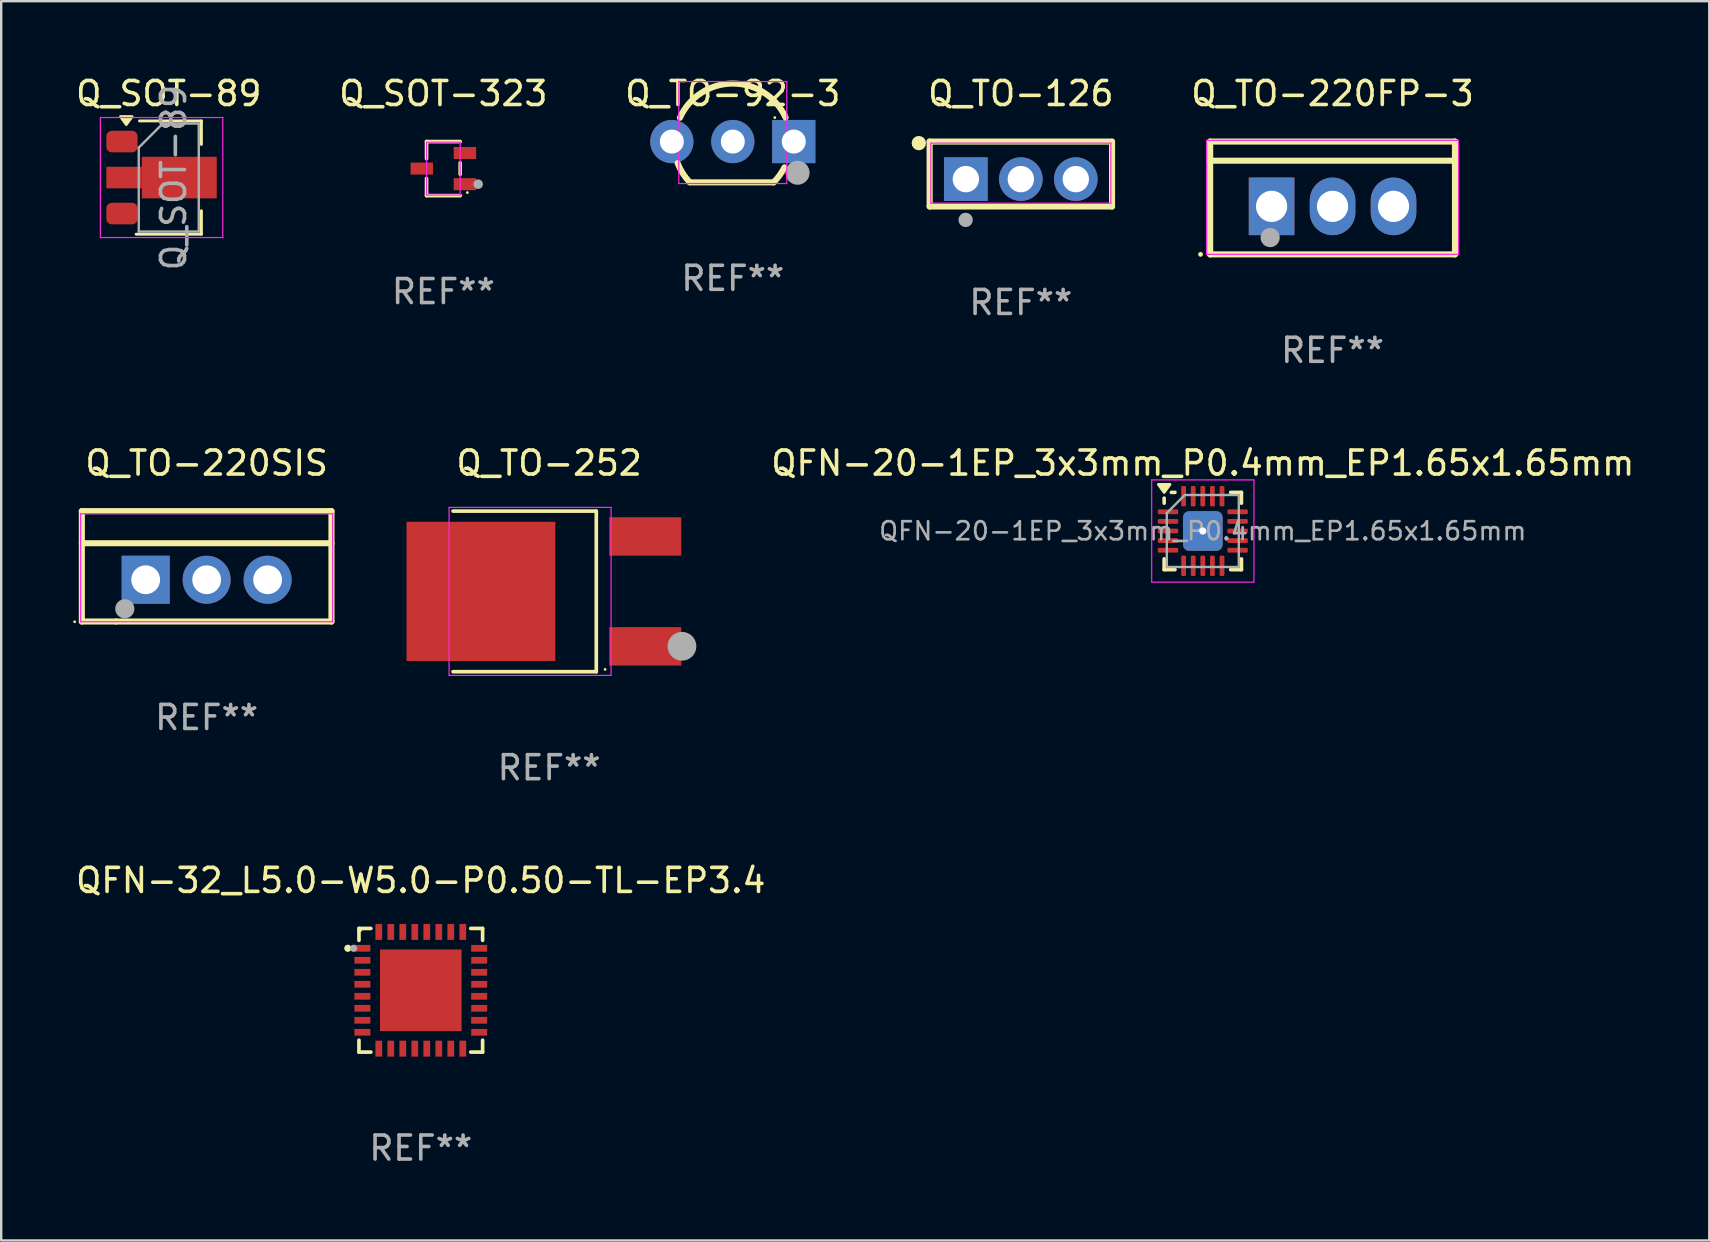
<source format=kicad_pcb>
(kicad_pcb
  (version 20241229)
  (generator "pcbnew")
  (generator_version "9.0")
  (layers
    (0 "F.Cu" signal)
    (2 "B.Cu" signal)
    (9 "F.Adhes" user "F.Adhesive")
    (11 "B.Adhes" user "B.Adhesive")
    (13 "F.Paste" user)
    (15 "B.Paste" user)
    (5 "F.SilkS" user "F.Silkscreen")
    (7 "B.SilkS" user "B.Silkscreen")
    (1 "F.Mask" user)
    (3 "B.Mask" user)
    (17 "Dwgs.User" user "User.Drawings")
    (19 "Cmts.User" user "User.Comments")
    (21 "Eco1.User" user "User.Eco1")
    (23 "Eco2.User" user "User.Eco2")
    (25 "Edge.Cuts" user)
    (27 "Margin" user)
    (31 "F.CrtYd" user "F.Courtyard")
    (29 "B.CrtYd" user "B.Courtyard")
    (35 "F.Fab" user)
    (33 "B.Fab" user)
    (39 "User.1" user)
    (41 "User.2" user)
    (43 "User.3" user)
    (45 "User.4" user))
  (footprint "Q_SOT-89"
    (layer "F.Cu")
    (at 3.982 4.348)
    (property "Reference" "Q_SOT-89" (at 0 -3.5 0) (layer "F.SilkS") (effects (font (size 1 1) (thickness 0.15))))
    (attr smd)
    (fp_line (start -1.22 -2.36) (end 1.36 -2.36) (stroke (width 0.12) (type solid)) (layer "F.SilkS"))
    (fp_line (start 1.36 -1.38) (end 1.36 -2.36) (stroke (width 0.12) (type solid)) (layer "F.SilkS"))
    (fp_line (start 1.36 1.38) (end 1.36 2.36) (stroke (width 0.12) (type solid)) (layer "F.SilkS"))
    (fp_line (start 1.36 2.36) (end -1.36 2.36) (stroke (width 0.12) (type solid)) (layer "F.SilkS"))
    (fp_poly (pts (xy -1.77 -2.21) (xy -2.01 -2.54) (xy -1.53 -2.54) (xy -1.77 -2.21)) (stroke (width 0.12) (type solid)) (fill yes) (layer "F.SilkS"))
    (fp_line (start -2.85 2.5) (end -2.85 -2.5) (stroke (width 0.05) (type solid)) (layer "F.CrtYd"))
    (fp_line (start -2.85 2.5) (end 2.25 2.5) (stroke (width 0.05) (type solid)) (layer "F.CrtYd"))
    (fp_line (start 2.25 -2.5) (end -2.85 -2.5) (stroke (width 0.05) (type solid)) (layer "F.CrtYd"))
    (fp_line (start 2.25 -2.5) (end 2.25 2.5) (stroke (width 0.05) (type solid)) (layer "F.CrtYd"))
    (fp_line (start -1.25 -1.25) (end -0.25 -2.25) (stroke (width 0.1) (type solid)) (layer "F.Fab"))
    (fp_line (start -1.25 2.25) (end -1.25 -1.25) (stroke (width 0.1) (type solid)) (layer "F.Fab"))
    (fp_line (start -0.25 -2.25) (end 1.25 -2.25) (stroke (width 0.1) (type solid)) (layer "F.Fab"))
    (fp_line (start 1.25 -2.25) (end 1.25 2.25) (stroke (width 0.1) (type solid)) (layer "F.Fab"))
    (fp_line (start 1.25 2.25) (end -1.25 2.25) (stroke (width 0.1) (type solid)) (layer "F.Fab"))
    (fp_text user "${REFERENCE}" (at 0.2 0 90) (layer "F.Fab") (effects (font (size 1 1) (thickness 0.15))))
    (pad "1" smd roundrect (at -1.95 -1.5) (size 1.3 0.9) (layers "F.Cu" "F.Mask" "F.Paste") (roundrect_rratio 0.25))
    (pad "2" smd custom (at -1.863 0) (size 1.475 0.9) (layers "F.Cu" "F.Mask" "F.Paste") (options (anchor rect)) (primitives (gr_poly (pts (xy 3.862 0.867) (xy 0.738 0.867) (xy 0.738 -0.867) (xy 3.862 -0.867)) (width 0) (fill yes))))
    (pad "3" smd roundrect (at -1.95 1.5) (size 1.3 0.9) (layers "F.Cu" "F.Mask" "F.Paste") (roundrect_rratio 0.25)))
  (footprint "Q_TO-92-3"
    (layer "F.Cu")
    (at 27.482 2.848)
    (property "Reference" "Q_TO-92-3" (at 0 -2 0) (layer "F.SilkS") (effects (font (size 1 1) (thickness 0.15))))
    (attr through_hole)
    (fp_line (start -1.781 1.7) (end 1.7 1.7) (stroke (width 0.254) (type solid)) (layer "F.SilkS"))
    (fp_arc (start -2.203759 -0.991694) (mid -0.004559 -2.416604) (end 2.2 -1) (stroke (width 0.254001) (type solid)) (layer "F.SilkS"))
    (fp_arc (start -1.798527 1.692736) (mid -2.087244 1.320394) (end -2.3 0.9) (stroke (width 0.254001) (type solid)) (layer "F.SilkS"))
    (fp_arc (start 2.150343 1.075184) (mid 1.950355 1.405743) (end 1.7 1.7) (stroke (width 0.254001) (type solid)) (layer "F.SilkS"))
    (fp_circle (center 1.75 -1) (end 1.78 -1) (stroke (width 0.06) (type solid)) (fill no) (layer "F.SilkS"))
    (fp_line (start -2.25 -2.5) (end -2.25 1.75) (stroke (width 0.05) (type default)) (layer "F.CrtYd"))
    (fp_line (start -2.25 1.75) (end 2.25 1.75) (stroke (width 0.05) (type default)) (layer "F.CrtYd"))
    (fp_line (start 2.25 -2.5) (end -2.25 -2.5) (stroke (width 0.05) (type default)) (layer "F.CrtYd"))
    (fp_line (start 2.25 1.75) (end 2.25 -2.5) (stroke (width 0.05) (type default)) (layer "F.CrtYd"))
    (fp_circle (center 2.7 1.3) (end 2.95 1.3) (stroke (width 0.5) (type solid)) (fill no) (layer "F.Fab"))
    (fp_text user "REF**" (at 0 5.7 0) (layer "F.Fab") (effects (font (size 1 1) (thickness 0.15))))
    (pad "1" thru_hole rect (at 2.54 0 270) (size 1.8 1.8) (drill 1) (layers "*.Cu" "*.Mask"))
    (pad "2" thru_hole circle (at 0 0) (size 1.8 1.8) (drill 1) (layers "*.Cu" "*.Mask"))
    (pad "3" thru_hole circle (at -2.54 0) (size 1.8 1.8) (drill 1) (layers "*.Cu" "*.Mask")))
  (footprint "QFN-32_L5.0-W5.0-P0.50-TL-EP3.4"
    (layer "F.Cu")
    (at 14.482 38.21)
    (property "Reference" "QFN-32_L5.0-W5.0-P0.50-TL-EP3.4" (at 0 -4.576 0) (layer "F.SilkS") (effects (font (size 1 1) (thickness 0.15))))
    (attr smd)
    (fp_line (start -2.576 -2.576) (end -2.576 -2.08) (stroke (width 0.152) (type solid)) (layer "F.SilkS"))
    (fp_line (start -2.576 2.576) (end -2.576 2.08) (stroke (width 0.152) (type solid)) (layer "F.SilkS"))
    (fp_line (start -2.08 -2.576) (end -2.576 -2.576) (stroke (width 0.152) (type solid)) (layer "F.SilkS"))
    (fp_line (start -2.08 2.576) (end -2.576 2.576) (stroke (width 0.152) (type solid)) (layer "F.SilkS"))
    (fp_line (start 2.08 -2.576) (end 2.576 -2.576) (stroke (width 0.152) (type solid)) (layer "F.SilkS"))
    (fp_line (start 2.08 2.576) (end 2.576 2.576) (stroke (width 0.152) (type solid)) (layer "F.SilkS"))
    (fp_line (start 2.576 -2.576) (end 2.576 -2.08) (stroke (width 0.152) (type solid)) (layer "F.SilkS"))
    (fp_line (start 2.576 2.576) (end 2.576 2.08) (stroke (width 0.152) (type solid)) (layer "F.SilkS"))
    (fp_circle (center -3.04 -1.75) (end -2.965 -1.75) (stroke (width 0.15) (type solid)) (fill no) (layer "F.SilkS"))
    (fp_circle (center -2.5 -2.5) (end -2.47 -2.5) (stroke (width 0.06) (type solid)) (fill no) (layer "F.SilkS"))
    (fp_circle (center -2.8 -1.75) (end -2.725 -1.75) (stroke (width 0.15) (type solid)) (fill no) (layer "F.Fab"))
    (fp_text user "REF**" (at 0 6.576 0) (layer "F.Fab") (effects (font (size 1 1) (thickness 0.15))))
    (pad "1" smd rect (at -2.432 -1.75) (size 0.665 0.28) (layers "F.Cu" "F.Mask" "F.Paste"))
    (pad "2" smd rect (at -2.432 -1.25) (size 0.665 0.28) (layers "F.Cu" "F.Mask" "F.Paste"))
    (pad "3" smd rect (at -2.432 -0.75) (size 0.665 0.28) (layers "F.Cu" "F.Mask" "F.Paste"))
    (pad "4" smd rect (at -2.432 -0.25) (size 0.665 0.28) (layers "F.Cu" "F.Mask" "F.Paste"))
    (pad "5" smd rect (at -2.432 0.25) (size 0.665 0.28) (layers "F.Cu" "F.Mask" "F.Paste"))
    (pad "6" smd rect (at -2.432 0.75) (size 0.665 0.28) (layers "F.Cu" "F.Mask" "F.Paste"))
    (pad "7" smd rect (at -2.432 1.25) (size 0.665 0.28) (layers "F.Cu" "F.Mask" "F.Paste"))
    (pad "8" smd rect (at -2.432 1.75) (size 0.665 0.28) (layers "F.Cu" "F.Mask" "F.Paste"))
    (pad "9" smd rect (at -1.75 2.432) (size 0.28 0.665) (layers "F.Cu" "F.Mask" "F.Paste"))
    (pad "10" smd rect (at -1.25 2.432) (size 0.28 0.665) (layers "F.Cu" "F.Mask" "F.Paste"))
    (pad "11" smd rect (at -0.75 2.432) (size 0.28 0.665) (layers "F.Cu" "F.Mask" "F.Paste"))
    (pad "12" smd rect (at -0.25 2.432) (size 0.28 0.665) (layers "F.Cu" "F.Mask" "F.Paste"))
    (pad "13" smd rect (at 0.25 2.432) (size 0.28 0.665) (layers "F.Cu" "F.Mask" "F.Paste"))
    (pad "14" smd rect (at 0.75 2.432) (size 0.28 0.665) (layers "F.Cu" "F.Mask" "F.Paste"))
    (pad "15" smd rect (at 1.25 2.432) (size 0.28 0.665) (layers "F.Cu" "F.Mask" "F.Paste"))
    (pad "16" smd rect (at 1.75 2.432) (size 0.28 0.665) (layers "F.Cu" "F.Mask" "F.Paste"))
    (pad "17" smd rect (at 2.432 1.75) (size 0.665 0.28) (layers "F.Cu" "F.Mask" "F.Paste"))
    (pad "18" smd rect (at 2.432 1.25) (size 0.665 0.28) (layers "F.Cu" "F.Mask" "F.Paste"))
    (pad "19" smd rect (at 2.432 0.75) (size 0.665 0.28) (layers "F.Cu" "F.Mask" "F.Paste"))
    (pad "20" smd rect (at 2.432 0.25) (size 0.665 0.28) (layers "F.Cu" "F.Mask" "F.Paste"))
    (pad "21" smd rect (at 2.432 -0.25) (size 0.665 0.28) (layers "F.Cu" "F.Mask" "F.Paste"))
    (pad "22" smd rect (at 2.432 -0.75) (size 0.665 0.28) (layers "F.Cu" "F.Mask" "F.Paste"))
    (pad "23" smd rect (at 2.432 -1.25) (size 0.665 0.28) (layers "F.Cu" "F.Mask" "F.Paste"))
    (pad "24" smd rect (at 2.432 -1.75) (size 0.665 0.28) (layers "F.Cu" "F.Mask" "F.Paste"))
    (pad "25" smd rect (at 1.75 -2.432) (size 0.28 0.665) (layers "F.Cu" "F.Mask" "F.Paste"))
    (pad "26" smd rect (at 1.25 -2.432) (size 0.28 0.665) (layers "F.Cu" "F.Mask" "F.Paste"))
    (pad "27" smd rect (at 0.75 -2.432) (size 0.28 0.665) (layers "F.Cu" "F.Mask" "F.Paste"))
    (pad "28" smd rect (at 0.25 -2.432) (size 0.28 0.665) (layers "F.Cu" "F.Mask" "F.Paste"))
    (pad "29" smd rect (at -0.25 -2.432) (size 0.28 0.665) (layers "F.Cu" "F.Mask" "F.Paste"))
    (pad "30" smd rect (at -0.75 -2.432) (size 0.28 0.665) (layers "F.Cu" "F.Mask" "F.Paste"))
    (pad "31" smd rect (at -1.25 -2.432) (size 0.28 0.665) (layers "F.Cu" "F.Mask" "F.Paste"))
    (pad "32" smd rect (at -1.75 -2.432) (size 0.28 0.665) (layers "F.Cu" "F.Mask" "F.Paste"))
    (pad "33" smd rect (at 0 0) (size 3.4 3.4) (layers "F.Cu" "F.Mask" "F.Paste")))
  (footprint "Q_TO-220SIS"
    (layer "F.Cu")
    (at 5.56 21.105)
    (property "Reference" "Q_TO-220SIS" (at 0 -4.86 0) (layer "F.SilkS") (effects (font (size 1 1) (thickness 0.15))))
    (attr through_hole)
    (fp_line (start -5.2 -2.86) (end -5.2 1.74) (stroke (width 0.254) (type solid)) (layer "F.SilkS"))
    (fp_line (start -5.2 -1.521) (end 5.2 -1.521) (stroke (width 0.254) (type solid)) (layer "F.SilkS"))
    (fp_line (start -5.2 1.74) (end -3.768 1.74) (stroke (width 0.254) (type solid)) (layer "F.SilkS"))
    (fp_line (start -3.768 1.74) (end 5.2 1.74) (stroke (width 0.254) (type solid)) (layer "F.SilkS"))
    (fp_line (start 5.2 -2.86) (end -5.2 -2.86) (stroke (width 0.254) (type solid)) (layer "F.SilkS"))
    (fp_line (start 5.2 -2.86) (end 5.2 1.74) (stroke (width 0.254) (type solid)) (layer "F.SilkS"))
    (fp_circle (center -5.5 1.75) (end -5.47 1.75) (stroke (width 0.06) (type solid)) (fill no) (layer "F.SilkS"))
    (fp_line (start -5.25 -2.75) (end 5.25 -2.75) (stroke (width 0.05) (type default)) (layer "F.CrtYd"))
    (fp_line (start -5.25 1.75) (end -5.25 -2.75) (stroke (width 0.05) (type default)) (layer "F.CrtYd"))
    (fp_line (start 5.25 -2.75) (end 5.25 1.75) (stroke (width 0.05) (type default)) (layer "F.CrtYd"))
    (fp_line (start 5.25 1.75) (end -5.25 1.75) (stroke (width 0.05) (type default)) (layer "F.CrtYd"))
    (fp_circle (center -3.41 1.21) (end -3.21 1.21) (stroke (width 0.4) (type solid)) (fill no) (layer "F.Fab"))
    (fp_text user "REF**" (at 0 5.74 0) (layer "F.Fab") (effects (font (size 1 1) (thickness 0.15))))
    (pad "1" thru_hole rect (at -2.54 -0.000025) (size 2 2) (drill 1.2) (layers "*.Cu" "*.Mask"))
    (pad "2" thru_hole circle (at 0 -0.000025) (size 2 2) (drill 1.2) (layers "*.Cu" "*.Mask"))
    (pad "3" thru_hole circle (at 2.54 -0.000025) (size 2 2) (drill 1.2) (layers "*.Cu" "*.Mask")))
  (footprint "QFN-20-1EP_3x3mm_P0.4mm_EP1.65x1.65mm"
    (layer "F.Cu")
    (at 47.065 19.075)
    (property "Reference" "QFN-20-1EP_3x3mm_P0.4mm_EP1.65x1.65mm" (at 0 -2.83 0) (layer "F.SilkS") (effects (font (size 1 1) (thickness 0.15))))
    (attr smd)
    (fp_line (start -1.61 -1.16) (end -1.61 -1.37) (stroke (width 0.15) (type solid)) (layer "F.SilkS"))
    (fp_line (start -1.61 1.61) (end -1.61 1.16) (stroke (width 0.15) (type solid)) (layer "F.SilkS"))
    (fp_line (start -1.16 -1.61) (end -1.31 -1.61) (stroke (width 0.15) (type solid)) (layer "F.SilkS"))
    (fp_line (start -1.16 1.61) (end -1.61 1.61) (stroke (width 0.15) (type solid)) (layer "F.SilkS"))
    (fp_line (start 1.16 -1.61) (end 1.61 -1.61) (stroke (width 0.15) (type solid)) (layer "F.SilkS"))
    (fp_line (start 1.16 1.61) (end 1.61 1.61) (stroke (width 0.15) (type solid)) (layer "F.SilkS"))
    (fp_line (start 1.61 -1.61) (end 1.61 -1.16) (stroke (width 0.15) (type solid)) (layer "F.SilkS"))
    (fp_line (start 1.61 1.61) (end 1.61 1.16) (stroke (width 0.15) (type solid)) (layer "F.SilkS"))
    (fp_poly (pts (xy -1.61 -1.61) (xy -1.85 -1.94) (xy -1.37 -1.94) (xy -1.61 -1.61)) (stroke (width 0.12) (type solid)) (fill yes) (layer "F.SilkS"))
    (fp_line (start -2.13 -2.13) (end -2.13 2.13) (stroke (width 0.05) (type solid)) (layer "F.CrtYd"))
    (fp_line (start -2.13 2.13) (end 2.13 2.13) (stroke (width 0.05) (type solid)) (layer "F.CrtYd"))
    (fp_line (start 2.13 -2.13) (end -2.13 -2.13) (stroke (width 0.05) (type solid)) (layer "F.CrtYd"))
    (fp_line (start 2.13 2.13) (end 2.13 -2.13) (stroke (width 0.05) (type solid)) (layer "F.CrtYd"))
    (fp_line (start -1.5 -0.75) (end -0.75 -1.5) (stroke (width 0.1) (type solid)) (layer "F.Fab"))
    (fp_line (start -1.5 1.5) (end -1.5 -0.75) (stroke (width 0.1) (type solid)) (layer "F.Fab"))
    (fp_line (start -0.75 -1.5) (end 1.5 -1.5) (stroke (width 0.1) (type solid)) (layer "F.Fab"))
    (fp_line (start 1.5 -1.5) (end 1.5 1.5) (stroke (width 0.1) (type solid)) (layer "F.Fab"))
    (fp_line (start 1.5 1.5) (end -1.5 1.5) (stroke (width 0.1) (type solid)) (layer "F.Fab"))
    (fp_text user "${REFERENCE}" (at 0 0 0) (layer "F.Fab") (effects (font (size 0.75 0.75) (thickness 0.11))))
    (pad "" smd roundrect (at -0.41 -0.41) (size 0.67 0.67) (layers "F.Paste") (roundrect_rratio 0.25))
    (pad "" smd roundrect (at -0.41 0.41) (size 0.67 0.67) (layers "F.Paste") (roundrect_rratio 0.25))
    (pad "" smd roundrect (at 0.41 -0.41) (size 0.67 0.67) (layers "F.Paste") (roundrect_rratio 0.25))
    (pad "" smd roundrect (at 0.41 0.41) (size 0.67 0.67) (layers "F.Paste") (roundrect_rratio 0.25))
    (pad "1" smd roundrect (at -1.45 -0.8) (size 0.85 0.2) (layers "F.Cu" "F.Mask" "F.Paste") (roundrect_rratio 0.25))
    (pad "2" smd roundrect (at -1.45 -0.4) (size 0.85 0.2) (layers "F.Cu" "F.Mask" "F.Paste") (roundrect_rratio 0.25))
    (pad "3" smd roundrect (at -1.45 0) (size 0.85 0.2) (layers "F.Cu" "F.Mask" "F.Paste") (roundrect_rratio 0.25))
    (pad "4" smd roundrect (at -1.45 0.4) (size 0.85 0.2) (layers "F.Cu" "F.Mask" "F.Paste") (roundrect_rratio 0.25))
    (pad "5" smd roundrect (at -1.45 0.8) (size 0.85 0.2) (layers "F.Cu" "F.Mask" "F.Paste") (roundrect_rratio 0.25))
    (pad "6" smd roundrect (at -0.8 1.45) (size 0.2 0.85) (layers "F.Cu" "F.Mask" "F.Paste") (roundrect_rratio 0.25))
    (pad "7" smd roundrect (at -0.4 1.45) (size 0.2 0.85) (layers "F.Cu" "F.Mask" "F.Paste") (roundrect_rratio 0.25))
    (pad "8" smd roundrect (at 0 1.45) (size 0.2 0.85) (layers "F.Cu" "F.Mask" "F.Paste") (roundrect_rratio 0.25))
    (pad "9" smd roundrect (at 0.4 1.45) (size 0.2 0.85) (layers "F.Cu" "F.Mask" "F.Paste") (roundrect_rratio 0.25))
    (pad "10" smd roundrect (at 0.8 1.45) (size 0.2 0.85) (layers "F.Cu" "F.Mask" "F.Paste") (roundrect_rratio 0.25))
    (pad "11" smd roundrect (at 1.45 0.8) (size 0.85 0.2) (layers "F.Cu" "F.Mask" "F.Paste") (roundrect_rratio 0.25))
    (pad "12" smd roundrect (at 1.45 0.4) (size 0.85 0.2) (layers "F.Cu" "F.Mask" "F.Paste") (roundrect_rratio 0.25))
    (pad "13" smd roundrect (at 1.45 0) (size 0.85 0.2) (layers "F.Cu" "F.Mask" "F.Paste") (roundrect_rratio 0.25))
    (pad "14" smd roundrect (at 1.45 -0.4) (size 0.85 0.2) (layers "F.Cu" "F.Mask" "F.Paste") (roundrect_rratio 0.25))
    (pad "15" smd roundrect (at 1.45 -0.8) (size 0.85 0.2) (layers "F.Cu" "F.Mask" "F.Paste") (roundrect_rratio 0.25))
    (pad "16" smd roundrect (at 0.8 -1.45) (size 0.2 0.85) (layers "F.Cu" "F.Mask" "F.Paste") (roundrect_rratio 0.25))
    (pad "17" smd roundrect (at 0.4 -1.45) (size 0.2 0.85) (layers "F.Cu" "F.Mask" "F.Paste") (roundrect_rratio 0.25))
    (pad "18" smd roundrect (at 0 -1.45) (size 0.2 0.85) (layers "F.Cu" "F.Mask" "F.Paste") (roundrect_rratio 0.25))
    (pad "19" smd roundrect (at -0.4 -1.45) (size 0.2 0.85) (layers "F.Cu" "F.Mask" "F.Paste") (roundrect_rratio 0.25))
    (pad "20" smd roundrect (at -0.8 -1.45) (size 0.2 0.85) (layers "F.Cu" "F.Mask" "F.Paste") (roundrect_rratio 0.25))
    (pad "21" thru_hole circle (at 0 0) (size 0.5 0.5) (drill 0.3) (property pad_prop_heatsink) (layers "*.Cu" "F.Mask"))
    (pad "21" smd roundrect (at 0 0) (size 1.65 1.65) (property pad_prop_heatsink) (layers "F.Cu" "F.Mask") (roundrect_rratio 0.152))
    (pad "21" smd roundrect (at 0 0) (size 1.65 1.65) (property pad_prop_heatsink) (layers "B.Cu") (roundrect_rratio 0.152)))
  (footprint "Q_TO-252"
    (layer "F.Cu")
    (at 20.411 21.591)
    (property "Reference" "Q_TO-252" (at -0.58 -5.346 0) (layer "F.SilkS") (effects (font (size 1 1) (thickness 0.15))))
    (attr smd)
    (fp_line (start -4.585 -3.346) (end 1.383 -3.346) (stroke (width 0.152) (type solid)) (layer "F.SilkS"))
    (fp_line (start -4.585 3.346) (end 1.383 3.346) (stroke (width 0.152) (type solid)) (layer "F.SilkS"))
    (fp_line (start 1.383 3.346) (end 1.383 -3.346) (stroke (width 0.152) (type solid)) (layer "F.SilkS"))
    (fp_circle (center 1.75 3.25) (end 1.78 3.25) (stroke (width 0.06) (type solid)) (fill no) (layer "F.SilkS"))
    (fp_line (start -4.75 -3.5) (end 2 -3.5) (stroke (width 0.05) (type default)) (layer "F.CrtYd"))
    (fp_line (start -4.75 3.5) (end -4.75 -3.5) (stroke (width 0.05) (type default)) (layer "F.CrtYd"))
    (fp_line (start 2 -3.5) (end 2 3.5) (stroke (width 0.05) (type default)) (layer "F.CrtYd"))
    (fp_line (start 2 3.5) (end -4.75 3.5) (stroke (width 0.05) (type default)) (layer "F.CrtYd"))
    (fp_circle (center 4.953 2.286) (end 5.253 2.286) (stroke (width 0.6) (type solid)) (fill no) (layer "F.Fab"))
    (fp_text user "REF**" (at -0.58 7.346 0) (layer "F.Fab") (effects (font (size 1 1) (thickness 0.15))))
    (pad "1" smd rect (at 3.424 2.29) (size 3 1.6) (layers "F.Cu" "F.Mask" "F.Paste"))
    (pad "2" smd rect (at -3.424 0) (size 6.2 5.8) (layers "F.Cu" "F.Mask" "F.Paste"))
    (pad "3" smd rect (at 3.424 -2.29) (size 3 1.6) (layers "F.Cu" "F.Mask" "F.Paste")))
  (footprint "Q_TO-220FP-3"
    (layer "F.Cu")
    (at 52.471 5.548)
    (property "Reference" "Q_TO-220FP-3" (at 0 -4.7 0) (layer "F.SilkS") (effects (font (size 1 1) (thickness 0.15))))
    (attr through_hole)
    (fp_line (start -5.1 -2.7) (end 5.1 -2.7) (stroke (width 0.254) (type solid)) (layer "F.SilkS"))
    (fp_line (start -5.1 -1.902) (end 5.1 -1.902) (stroke (width 0.254) (type solid)) (layer "F.SilkS"))
    (fp_line (start -5.1 2) (end -5.1 -2.7) (stroke (width 0.254) (type solid)) (layer "F.SilkS"))
    (fp_line (start 5.1 -2.7) (end 5.1 2) (stroke (width 0.254) (type solid)) (layer "F.SilkS"))
    (fp_line (start 5.1 -1.902) (end 5.1 -1.866) (stroke (width 0.254) (type solid)) (layer "F.SilkS"))
    (fp_line (start 5.1 2) (end -5.1 2) (stroke (width 0.254) (type solid)) (layer "F.SilkS"))
    (fp_circle (center -5.5 2) (end -5.45 2) (stroke (width 0.1) (type default)) (fill no) (layer "F.SilkS"))
    (fp_circle (center -5 1.95) (end -4.97 1.95) (stroke (width 0.06) (type solid)) (fill no) (layer "F.SilkS"))
    (fp_line (start -5.25 -2.75) (end 5.25 -2.75) (stroke (width 0.05) (type default)) (layer "F.CrtYd"))
    (fp_line (start -5.25 2) (end -5.25 -2.75) (stroke (width 0.05) (type default)) (layer "F.CrtYd"))
    (fp_line (start 5.25 -2.75) (end 5.25 2) (stroke (width 0.05) (type default)) (layer "F.CrtYd"))
    (fp_line (start 5.25 2) (end -5.25 2) (stroke (width 0.05) (type default)) (layer "F.CrtYd"))
    (fp_circle (center -2.6 1.3) (end -2.4 1.3) (stroke (width 0.4) (type solid)) (fill no) (layer "F.Fab"))
    (fp_text user "REF**" (at 0 6 0) (layer "F.Fab") (effects (font (size 1 1) (thickness 0.15))))
    (pad "1" thru_hole rect (at -2.54 0) (size 1.9 2.4) (drill 1.3) (layers "*.Cu" "*.Mask"))
    (pad "2" thru_hole oval (at 0 0) (size 1.9 2.4) (drill 1.3) (layers "*.Cu" "*.Mask"))
    (pad "3" thru_hole oval (at 2.54 0) (size 1.9 2.4) (drill 1.3) (layers "*.Cu" "*.Mask")))
  (footprint "Q_TO-126"
    (layer "F.Cu")
    (at 39.483 4.413)
    (property "Reference" "Q_TO-126" (at 0 -3.565 0) (layer "F.SilkS") (effects (font (size 1 1) (thickness 0.15))))
    (attr through_hole)
    (fp_line (start -3.8 -1.565) (end -3.8 1.14) (stroke (width 0.254) (type solid)) (layer "F.SilkS"))
    (fp_line (start -3.8 1.14) (end 3.8 1.14) (stroke (width 0.254) (type solid)) (layer "F.SilkS"))
    (fp_line (start 3.8 -1.565) (end -3.8 -1.565) (stroke (width 0.254) (type solid)) (layer "F.SilkS"))
    (fp_line (start 3.8 1.14) (end 3.8 -1.56) (stroke (width 0.254) (type solid)) (layer "F.SilkS"))
    (fp_circle (center -4.25 -1.5) (end -4.25 -1.5) (stroke (width 0.3) (type solid)) (fill no) (layer "F.SilkS"))
    (fp_circle (center -3.8 1.137) (end -3.77 1.137) (stroke (width 0.06) (type solid)) (fill no) (layer "F.SilkS"))
    (fp_line (start -3.75 -1.5) (end 3.75 -1.5) (stroke (width 0.05) (type default)) (layer "F.CrtYd"))
    (fp_line (start -3.75 1) (end -3.75 -1.5) (stroke (width 0.05) (type default)) (layer "F.CrtYd"))
    (fp_line (start 3.75 -1.5) (end 3.75 1) (stroke (width 0.05) (type default)) (layer "F.CrtYd"))
    (fp_line (start 3.75 1) (end -3.75 1) (stroke (width 0.05) (type default)) (layer "F.CrtYd"))
    (fp_circle (center -2.3 1.7) (end -2.15 1.7) (stroke (width 0.3) (type solid)) (fill no) (layer "F.Fab"))
    (fp_text user "REF**" (at 0 5.14 0) (layer "F.Fab") (effects (font (size 1 1) (thickness 0.15))))
    (pad "1" thru_hole rect (at -2.29 0 90) (size 1.816 1.816) (drill 1.1) (layers "*.Cu" "*.Mask"))
    (pad "2" thru_hole circle (at 0 0) (size 1.816 1.816) (drill 1.1) (layers "*.Cu" "*.Mask"))
    (pad "3" thru_hole circle (at 2.29 0) (size 1.816 1.816) (drill 1.1) (layers "*.Cu" "*.Mask")))
  (footprint "Q_SOT-323"
    (layer "F.Cu")
    (at 15.423 3.974)
    (property "Reference" "Q_SOT-323" (at 0 -3.126 0) (layer "F.SilkS") (effects (font (size 1 1) (thickness 0.15))))
    (attr smd)
    (fp_line (start -0.701 -1.126) (end -0.701 -0.411) (stroke (width 0.152) (type solid)) (layer "F.SilkS"))
    (fp_line (start -0.701 1.126) (end -0.701 0.411) (stroke (width 0.152) (type solid)) (layer "F.SilkS"))
    (fp_line (start 0.701 -1.126) (end -0.701 -1.126) (stroke (width 0.152) (type solid)) (layer "F.SilkS"))
    (fp_line (start 0.701 -0.239) (end 0.701 0.239) (stroke (width 0.152) (type solid)) (layer "F.SilkS"))
    (fp_line (start 0.701 1.126) (end -0.701 1.126) (stroke (width 0.152) (type solid)) (layer "F.SilkS"))
    (fp_circle (center 1 1) (end 1.03 1) (stroke (width 0.06) (type solid)) (fill no) (layer "F.SilkS"))
    (fp_line (start -0.7 -1.1) (end 0.7 -1.1) (stroke (width 0.05) (type default)) (layer "F.CrtYd"))
    (fp_line (start -0.7 1.1) (end -0.7 -1.1) (stroke (width 0.05) (type default)) (layer "F.CrtYd"))
    (fp_line (start 0.7 -1.1) (end 0.7 1.1) (stroke (width 0.05) (type default)) (layer "F.CrtYd"))
    (fp_line (start 0.7 1.1) (end -0.7 1.1) (stroke (width 0.05) (type default)) (layer "F.CrtYd"))
    (fp_circle (center 1.45 0.65) (end 1.55 0.65) (stroke (width 0.2) (type solid)) (fill no) (layer "F.Fab"))
    (fp_text user "REF**" (at 0 5.126 0) (layer "F.Fab") (effects (font (size 1 1) (thickness 0.15))))
    (pad "1" smd rect (at 0.898 0.65) (size 0.936 0.5) (layers "F.Cu" "F.Mask" "F.Paste"))
    (pad "2" smd rect (at 0.898 -0.65) (size 0.936 0.5) (layers "F.Cu" "F.Mask" "F.Paste"))
    (pad "3" smd rect (at -0.898 0) (size 0.936 0.5) (layers "F.Cu" "F.Mask" "F.Paste")))
  (gr_rect
    (start -3 -3)
    (end 68.166 48.634)
    (stroke (width 0.1) (type default))
    (fill no)
    (layer "Edge.Cuts")))
</source>
